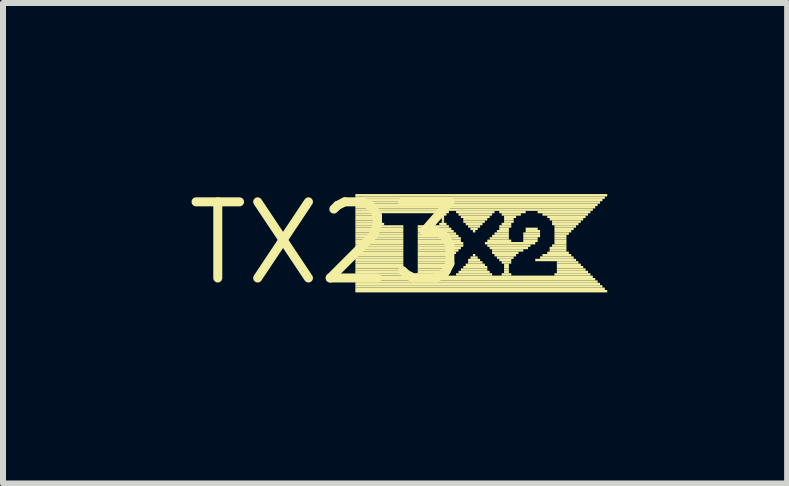
<source format=kicad_pcb>
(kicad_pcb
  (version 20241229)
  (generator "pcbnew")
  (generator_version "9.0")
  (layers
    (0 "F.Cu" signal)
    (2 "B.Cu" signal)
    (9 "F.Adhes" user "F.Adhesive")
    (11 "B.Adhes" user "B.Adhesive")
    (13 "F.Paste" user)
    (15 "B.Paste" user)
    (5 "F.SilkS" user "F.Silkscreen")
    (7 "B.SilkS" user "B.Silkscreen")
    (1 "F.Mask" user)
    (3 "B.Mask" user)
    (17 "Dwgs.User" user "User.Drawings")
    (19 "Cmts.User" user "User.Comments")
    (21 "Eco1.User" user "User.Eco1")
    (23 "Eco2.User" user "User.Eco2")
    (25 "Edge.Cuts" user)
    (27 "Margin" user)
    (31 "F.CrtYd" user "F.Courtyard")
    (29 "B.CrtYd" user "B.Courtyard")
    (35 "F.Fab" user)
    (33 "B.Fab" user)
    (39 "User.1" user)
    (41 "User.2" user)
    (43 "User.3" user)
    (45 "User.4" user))
  (footprint "TX23"
    (layer "F.Cu")
    (at 2.396 1.006)
    (property "Reference" "TX23" (at 0 0 0) (layer "F.SilkS") (effects (font (size 1.27 1.27) (thickness 0.15))))
    (attr through_hole)
    (fp_poly (pts (xy 0.48 -0.78) (xy 4.68 -0.78) (xy 4.68 -0.82) (xy 0.48 -0.82)) (stroke (width 0) (type solid)) (fill yes) (layer "F.SilkS"))
    (fp_poly (pts (xy 0.48 -0.74) (xy 4.64 -0.74) (xy 4.64 -0.78) (xy 0.48 -0.78)) (stroke (width 0) (type solid)) (fill yes) (layer "F.SilkS"))
    (fp_poly (pts (xy 0.48 -0.7) (xy 4.6 -0.7) (xy 4.6 -0.74) (xy 0.48 -0.74)) (stroke (width 0) (type solid)) (fill yes) (layer "F.SilkS"))
    (fp_poly (pts (xy 0.48 -0.66) (xy 4.56 -0.66) (xy 4.56 -0.7) (xy 0.48 -0.7)) (stroke (width 0) (type solid)) (fill yes) (layer "F.SilkS"))
    (fp_poly (pts (xy 0.48 -0.62) (xy 4.52 -0.62) (xy 4.52 -0.66) (xy 0.48 -0.66)) (stroke (width 0) (type solid)) (fill yes) (layer "F.SilkS"))
    (fp_poly (pts (xy 0.48 -0.58) (xy 4.48 -0.58) (xy 4.48 -0.62) (xy 0.48 -0.62)) (stroke (width 0) (type solid)) (fill yes) (layer "F.SilkS"))
    (fp_poly (pts (xy 0.48 -0.54) (xy 4.44 -0.54) (xy 4.44 -0.58) (xy 0.48 -0.58)) (stroke (width 0) (type solid)) (fill yes) (layer "F.SilkS"))
    (fp_poly (pts (xy 0.48 -0.5) (xy 2.04 -0.5) (xy 2.04 -0.54) (xy 0.48 -0.54)) (stroke (width 0) (type solid)) (fill yes) (layer "F.SilkS"))
    (fp_poly (pts (xy 0.48 -0.46) (xy 0.92 -0.46) (xy 0.92 -0.5) (xy 0.48 -0.5)) (stroke (width 0) (type solid)) (fill yes) (layer "F.SilkS"))
    (fp_poly (pts (xy 0.48 -0.42) (xy 0.92 -0.42) (xy 0.92 -0.46) (xy 0.48 -0.46)) (stroke (width 0) (type solid)) (fill yes) (layer "F.SilkS"))
    (fp_poly (pts (xy 0.48 -0.38) (xy 0.92 -0.38) (xy 0.92 -0.42) (xy 0.48 -0.42)) (stroke (width 0) (type solid)) (fill yes) (layer "F.SilkS"))
    (fp_poly (pts (xy 0.48 -0.34) (xy 0.92 -0.34) (xy 0.92 -0.38) (xy 0.48 -0.38)) (stroke (width 0) (type solid)) (fill yes) (layer "F.SilkS"))
    (fp_poly (pts (xy 0.48 -0.3) (xy 0.96 -0.3) (xy 0.96 -0.34) (xy 0.48 -0.34)) (stroke (width 0) (type solid)) (fill yes) (layer "F.SilkS"))
    (fp_poly (pts (xy 0.48 -0.26) (xy 1.28 -0.26) (xy 1.28 -0.3) (xy 0.48 -0.3)) (stroke (width 0) (type solid)) (fill yes) (layer "F.SilkS"))
    (fp_poly (pts (xy 0.48 -0.22) (xy 1.28 -0.22) (xy 1.28 -0.26) (xy 0.48 -0.26)) (stroke (width 0) (type solid)) (fill yes) (layer "F.SilkS"))
    (fp_poly (pts (xy 0.48 -0.18) (xy 1.28 -0.18) (xy 1.28 -0.22) (xy 0.48 -0.22)) (stroke (width 0) (type solid)) (fill yes) (layer "F.SilkS"))
    (fp_poly (pts (xy 0.48 -0.14) (xy 1.28 -0.14) (xy 1.28 -0.18) (xy 0.48 -0.18)) (stroke (width 0) (type solid)) (fill yes) (layer "F.SilkS"))
    (fp_poly (pts (xy 0.48 -0.1) (xy 1.28 -0.1) (xy 1.28 -0.14) (xy 0.48 -0.14)) (stroke (width 0) (type solid)) (fill yes) (layer "F.SilkS"))
    (fp_poly (pts (xy 0.48 -0.06) (xy 1.28 -0.06) (xy 1.28 -0.1) (xy 0.48 -0.1)) (stroke (width 0) (type solid)) (fill yes) (layer "F.SilkS"))
    (fp_poly (pts (xy 0.48 -0.02) (xy 1.28 -0.02) (xy 1.28 -0.06) (xy 0.48 -0.06)) (stroke (width 0) (type solid)) (fill yes) (layer "F.SilkS"))
    (fp_poly (pts (xy 0.48 0.02) (xy 1.28 0.02) (xy 1.28 -0.02) (xy 0.48 -0.02)) (stroke (width 0) (type solid)) (fill yes) (layer "F.SilkS"))
    (fp_poly (pts (xy 0.48 0.06) (xy 1.28 0.06) (xy 1.28 0.02) (xy 0.48 0.02)) (stroke (width 0) (type solid)) (fill yes) (layer "F.SilkS"))
    (fp_poly (pts (xy 0.48 0.1) (xy 1.28 0.1) (xy 1.28 0.06) (xy 0.48 0.06)) (stroke (width 0) (type solid)) (fill yes) (layer "F.SilkS"))
    (fp_poly (pts (xy 0.48 0.14) (xy 1.28 0.14) (xy 1.28 0.1) (xy 0.48 0.1)) (stroke (width 0) (type solid)) (fill yes) (layer "F.SilkS"))
    (fp_poly (pts (xy 0.48 0.18) (xy 1.28 0.18) (xy 1.28 0.14) (xy 0.48 0.14)) (stroke (width 0) (type solid)) (fill yes) (layer "F.SilkS"))
    (fp_poly (pts (xy 0.48 0.22) (xy 1.28 0.22) (xy 1.28 0.18) (xy 0.48 0.18)) (stroke (width 0) (type solid)) (fill yes) (layer "F.SilkS"))
    (fp_poly (pts (xy 0.48 0.26) (xy 1.28 0.26) (xy 1.28 0.22) (xy 0.48 0.22)) (stroke (width 0) (type solid)) (fill yes) (layer "F.SilkS"))
    (fp_poly (pts (xy 0.48 0.3) (xy 1.28 0.3) (xy 1.28 0.26) (xy 0.48 0.26)) (stroke (width 0) (type solid)) (fill yes) (layer "F.SilkS"))
    (fp_poly (pts (xy 0.48 0.34) (xy 1.28 0.34) (xy 1.28 0.3) (xy 0.48 0.3)) (stroke (width 0) (type solid)) (fill yes) (layer "F.SilkS"))
    (fp_poly (pts (xy 0.48 0.38) (xy 1.28 0.38) (xy 1.28 0.34) (xy 0.48 0.34)) (stroke (width 0) (type solid)) (fill yes) (layer "F.SilkS"))
    (fp_poly (pts (xy 0.48 0.42) (xy 1.28 0.42) (xy 1.28 0.38) (xy 0.48 0.38)) (stroke (width 0) (type solid)) (fill yes) (layer "F.SilkS"))
    (fp_poly (pts (xy 0.48 0.46) (xy 1.28 0.46) (xy 1.28 0.42) (xy 0.48 0.42)) (stroke (width 0) (type solid)) (fill yes) (layer "F.SilkS"))
    (fp_poly (pts (xy 0.48 0.5) (xy 1.28 0.5) (xy 1.28 0.46) (xy 0.48 0.46)) (stroke (width 0) (type solid)) (fill yes) (layer "F.SilkS"))
    (fp_poly (pts (xy 0.48 0.54) (xy 1.32 0.54) (xy 1.32 0.5) (xy 0.48 0.5)) (stroke (width 0) (type solid)) (fill yes) (layer "F.SilkS"))
    (fp_poly (pts (xy 0.48 0.58) (xy 4.44 0.58) (xy 4.44 0.54) (xy 0.48 0.54)) (stroke (width 0) (type solid)) (fill yes) (layer "F.SilkS"))
    (fp_poly (pts (xy 0.48 0.62) (xy 4.48 0.62) (xy 4.48 0.58) (xy 0.48 0.58)) (stroke (width 0) (type solid)) (fill yes) (layer "F.SilkS"))
    (fp_poly (pts (xy 0.48 0.66) (xy 4.52 0.66) (xy 4.52 0.62) (xy 0.48 0.62)) (stroke (width 0) (type solid)) (fill yes) (layer "F.SilkS"))
    (fp_poly (pts (xy 0.48 0.7) (xy 4.56 0.7) (xy 4.56 0.66) (xy 0.48 0.66)) (stroke (width 0) (type solid)) (fill yes) (layer "F.SilkS"))
    (fp_poly (pts (xy 0.48 0.74) (xy 4.6 0.74) (xy 4.6 0.7) (xy 0.48 0.7)) (stroke (width 0) (type solid)) (fill yes) (layer "F.SilkS"))
    (fp_poly (pts (xy 0.48 0.78) (xy 4.64 0.78) (xy 4.64 0.74) (xy 0.48 0.74)) (stroke (width 0) (type solid)) (fill yes) (layer "F.SilkS"))
    (fp_poly (pts (xy 0.48 0.82) (xy 4.68 0.82) (xy 4.68 0.78) (xy 0.48 0.78)) (stroke (width 0) (type solid)) (fill yes) (layer "F.SilkS"))
    (fp_poly (pts (xy 1.48 0.54) (xy 2.04 0.54) (xy 2.04 0.5) (xy 1.48 0.5)) (stroke (width 0) (type solid)) (fill yes) (layer "F.SilkS"))
    (fp_poly (pts (xy 1.52 -0.26) (xy 2.04 -0.26) (xy 2.04 -0.3) (xy 1.52 -0.3)) (stroke (width 0) (type solid)) (fill yes) (layer "F.SilkS"))
    (fp_poly (pts (xy 1.52 -0.22) (xy 2.08 -0.22) (xy 2.08 -0.26) (xy 1.52 -0.26)) (stroke (width 0) (type solid)) (fill yes) (layer "F.SilkS"))
    (fp_poly (pts (xy 1.52 -0.18) (xy 2.12 -0.18) (xy 2.12 -0.22) (xy 1.52 -0.22)) (stroke (width 0) (type solid)) (fill yes) (layer "F.SilkS"))
    (fp_poly (pts (xy 1.52 -0.14) (xy 2.16 -0.14) (xy 2.16 -0.18) (xy 1.52 -0.18)) (stroke (width 0) (type solid)) (fill yes) (layer "F.SilkS"))
    (fp_poly (pts (xy 1.52 -0.1) (xy 2.2 -0.1) (xy 2.2 -0.14) (xy 1.52 -0.14)) (stroke (width 0) (type solid)) (fill yes) (layer "F.SilkS"))
    (fp_poly (pts (xy 1.52 -0.06) (xy 2.24 -0.06) (xy 2.24 -0.1) (xy 1.52 -0.1)) (stroke (width 0) (type solid)) (fill yes) (layer "F.SilkS"))
    (fp_poly (pts (xy 1.52 -0.02) (xy 2.24 -0.02) (xy 2.24 -0.06) (xy 1.52 -0.06)) (stroke (width 0) (type solid)) (fill yes) (layer "F.SilkS"))
    (fp_poly (pts (xy 1.52 0.02) (xy 2.28 0.02) (xy 2.28 -0.02) (xy 1.52 -0.02)) (stroke (width 0) (type solid)) (fill yes) (layer "F.SilkS"))
    (fp_poly (pts (xy 1.52 0.06) (xy 2.28 0.06) (xy 2.28 0.02) (xy 1.52 0.02)) (stroke (width 0) (type solid)) (fill yes) (layer "F.SilkS"))
    (fp_poly (pts (xy 1.52 0.1) (xy 2.24 0.1) (xy 2.24 0.06) (xy 1.52 0.06)) (stroke (width 0) (type solid)) (fill yes) (layer "F.SilkS"))
    (fp_poly (pts (xy 1.52 0.14) (xy 2.2 0.14) (xy 2.2 0.1) (xy 1.52 0.1)) (stroke (width 0) (type solid)) (fill yes) (layer "F.SilkS"))
    (fp_poly (pts (xy 1.52 0.18) (xy 2.16 0.18) (xy 2.16 0.14) (xy 1.52 0.14)) (stroke (width 0) (type solid)) (fill yes) (layer "F.SilkS"))
    (fp_poly (pts (xy 1.52 0.22) (xy 2.12 0.22) (xy 2.12 0.18) (xy 1.52 0.18)) (stroke (width 0) (type solid)) (fill yes) (layer "F.SilkS"))
    (fp_poly (pts (xy 1.52 0.26) (xy 2.08 0.26) (xy 2.08 0.22) (xy 1.52 0.22)) (stroke (width 0) (type solid)) (fill yes) (layer "F.SilkS"))
    (fp_poly (pts (xy 1.52 0.3) (xy 2.04 0.3) (xy 2.04 0.26) (xy 1.52 0.26)) (stroke (width 0) (type solid)) (fill yes) (layer "F.SilkS"))
    (fp_poly (pts (xy 1.52 0.34) (xy 2 0.34) (xy 2 0.3) (xy 1.52 0.3)) (stroke (width 0) (type solid)) (fill yes) (layer "F.SilkS"))
    (fp_poly (pts (xy 1.52 0.38) (xy 2 0.38) (xy 2 0.34) (xy 1.52 0.34)) (stroke (width 0) (type solid)) (fill yes) (layer "F.SilkS"))
    (fp_poly (pts (xy 1.52 0.42) (xy 1.96 0.42) (xy 1.96 0.38) (xy 1.52 0.38)) (stroke (width 0) (type solid)) (fill yes) (layer "F.SilkS"))
    (fp_poly (pts (xy 1.52 0.46) (xy 1.96 0.46) (xy 1.96 0.42) (xy 1.52 0.42)) (stroke (width 0) (type solid)) (fill yes) (layer "F.SilkS"))
    (fp_poly (pts (xy 1.52 0.5) (xy 2 0.5) (xy 2 0.46) (xy 1.52 0.46)) (stroke (width 0) (type solid)) (fill yes) (layer "F.SilkS"))
    (fp_poly (pts (xy 1.88 -0.46) (xy 2 -0.46) (xy 2 -0.5) (xy 1.88 -0.5)) (stroke (width 0) (type solid)) (fill yes) (layer "F.SilkS"))
    (fp_poly (pts (xy 1.88 -0.3) (xy 2 -0.3) (xy 2 -0.34) (xy 1.88 -0.34)) (stroke (width 0) (type solid)) (fill yes) (layer "F.SilkS"))
    (fp_poly (pts (xy 1.92 -0.42) (xy 1.96 -0.42) (xy 1.96 -0.46) (xy 1.92 -0.46)) (stroke (width 0) (type solid)) (fill yes) (layer "F.SilkS"))
    (fp_poly (pts (xy 1.92 -0.38) (xy 1.96 -0.38) (xy 1.96 -0.42) (xy 1.92 -0.42)) (stroke (width 0) (type solid)) (fill yes) (layer "F.SilkS"))
    (fp_poly (pts (xy 1.92 -0.34) (xy 1.96 -0.34) (xy 1.96 -0.38) (xy 1.92 -0.38)) (stroke (width 0) (type solid)) (fill yes) (layer "F.SilkS"))
    (fp_poly (pts (xy 2.16 -0.5) (xy 2.8 -0.5) (xy 2.8 -0.54) (xy 2.16 -0.54)) (stroke (width 0) (type solid)) (fill yes) (layer "F.SilkS"))
    (fp_poly (pts (xy 2.16 0.54) (xy 2.76 0.54) (xy 2.76 0.5) (xy 2.16 0.5)) (stroke (width 0) (type solid)) (fill yes) (layer "F.SilkS"))
    (fp_poly (pts (xy 2.2 -0.46) (xy 2.76 -0.46) (xy 2.76 -0.5) (xy 2.2 -0.5)) (stroke (width 0) (type solid)) (fill yes) (layer "F.SilkS"))
    (fp_poly (pts (xy 2.2 0.5) (xy 2.72 0.5) (xy 2.72 0.46) (xy 2.2 0.46)) (stroke (width 0) (type solid)) (fill yes) (layer "F.SilkS"))
    (fp_poly (pts (xy 2.24 -0.42) (xy 2.72 -0.42) (xy 2.72 -0.46) (xy 2.24 -0.46)) (stroke (width 0) (type solid)) (fill yes) (layer "F.SilkS"))
    (fp_poly (pts (xy 2.24 0.46) (xy 2.68 0.46) (xy 2.68 0.42) (xy 2.24 0.42)) (stroke (width 0) (type solid)) (fill yes) (layer "F.SilkS"))
    (fp_poly (pts (xy 2.28 -0.38) (xy 2.68 -0.38) (xy 2.68 -0.42) (xy 2.28 -0.42)) (stroke (width 0) (type solid)) (fill yes) (layer "F.SilkS"))
    (fp_poly (pts (xy 2.28 -0.34) (xy 2.64 -0.34) (xy 2.64 -0.38) (xy 2.28 -0.38)) (stroke (width 0) (type solid)) (fill yes) (layer "F.SilkS"))
    (fp_poly (pts (xy 2.28 0.42) (xy 2.68 0.42) (xy 2.68 0.38) (xy 2.28 0.38)) (stroke (width 0) (type solid)) (fill yes) (layer "F.SilkS"))
    (fp_poly (pts (xy 2.32 -0.3) (xy 2.6 -0.3) (xy 2.6 -0.34) (xy 2.32 -0.34)) (stroke (width 0) (type solid)) (fill yes) (layer "F.SilkS"))
    (fp_poly (pts (xy 2.32 0.38) (xy 2.64 0.38) (xy 2.64 0.34) (xy 2.32 0.34)) (stroke (width 0) (type solid)) (fill yes) (layer "F.SilkS"))
    (fp_poly (pts (xy 2.36 -0.26) (xy 2.56 -0.26) (xy 2.56 -0.3) (xy 2.36 -0.3)) (stroke (width 0) (type solid)) (fill yes) (layer "F.SilkS"))
    (fp_poly (pts (xy 2.36 0.3) (xy 2.56 0.3) (xy 2.56 0.26) (xy 2.36 0.26)) (stroke (width 0) (type solid)) (fill yes) (layer "F.SilkS"))
    (fp_poly (pts (xy 2.36 0.34) (xy 2.6 0.34) (xy 2.6 0.3) (xy 2.36 0.3)) (stroke (width 0) (type solid)) (fill yes) (layer "F.SilkS"))
    (fp_poly (pts (xy 2.4 -0.22) (xy 2.52 -0.22) (xy 2.52 -0.26) (xy 2.4 -0.26)) (stroke (width 0) (type solid)) (fill yes) (layer "F.SilkS"))
    (fp_poly (pts (xy 2.4 0.26) (xy 2.52 0.26) (xy 2.52 0.22) (xy 2.4 0.22)) (stroke (width 0) (type solid)) (fill yes) (layer "F.SilkS"))
    (fp_poly (pts (xy 2.44 -0.18) (xy 2.48 -0.18) (xy 2.48 -0.22) (xy 2.44 -0.22)) (stroke (width 0) (type solid)) (fill yes) (layer "F.SilkS"))
    (fp_poly (pts (xy 2.44 0.22) (xy 2.48 0.22) (xy 2.48 0.18) (xy 2.44 0.18)) (stroke (width 0) (type solid)) (fill yes) (layer "F.SilkS"))
    (fp_poly (pts (xy 2.64 0.02) (xy 3.48 0.02) (xy 3.48 -0.02) (xy 2.64 -0.02)) (stroke (width 0) (type solid)) (fill yes) (layer "F.SilkS"))
    (fp_poly (pts (xy 2.68 -0.02) (xy 3.08 -0.02) (xy 3.08 -0.06) (xy 2.68 -0.06)) (stroke (width 0) (type solid)) (fill yes) (layer "F.SilkS"))
    (fp_poly (pts (xy 2.68 0.06) (xy 3.4 0.06) (xy 3.4 0.02) (xy 2.68 0.02)) (stroke (width 0) (type solid)) (fill yes) (layer "F.SilkS"))
    (fp_poly (pts (xy 2.72 -0.06) (xy 3.04 -0.06) (xy 3.04 -0.1) (xy 2.72 -0.1)) (stroke (width 0) (type solid)) (fill yes) (layer "F.SilkS"))
    (fp_poly (pts (xy 2.72 0.1) (xy 3.36 0.1) (xy 3.36 0.06) (xy 2.72 0.06)) (stroke (width 0) (type solid)) (fill yes) (layer "F.SilkS"))
    (fp_poly (pts (xy 2.76 -0.1) (xy 3.04 -0.1) (xy 3.04 -0.14) (xy 2.76 -0.14)) (stroke (width 0) (type solid)) (fill yes) (layer "F.SilkS"))
    (fp_poly (pts (xy 2.76 0.14) (xy 3.28 0.14) (xy 3.28 0.1) (xy 2.76 0.1)) (stroke (width 0) (type solid)) (fill yes) (layer "F.SilkS"))
    (fp_poly (pts (xy 2.76 0.18) (xy 3.2 0.18) (xy 3.2 0.14) (xy 2.76 0.14)) (stroke (width 0) (type solid)) (fill yes) (layer "F.SilkS"))
    (fp_poly (pts (xy 2.8 -0.14) (xy 3.04 -0.14) (xy 3.04 -0.18) (xy 2.8 -0.18)) (stroke (width 0) (type solid)) (fill yes) (layer "F.SilkS"))
    (fp_poly (pts (xy 2.8 0.22) (xy 3.16 0.22) (xy 3.16 0.18) (xy 2.8 0.18)) (stroke (width 0) (type solid)) (fill yes) (layer "F.SilkS"))
    (fp_poly (pts (xy 2.84 -0.18) (xy 3.04 -0.18) (xy 3.04 -0.22) (xy 2.84 -0.22)) (stroke (width 0) (type solid)) (fill yes) (layer "F.SilkS"))
    (fp_poly (pts (xy 2.84 0.26) (xy 3.12 0.26) (xy 3.12 0.22) (xy 2.84 0.22)) (stroke (width 0) (type solid)) (fill yes) (layer "F.SilkS"))
    (fp_poly (pts (xy 2.88 -0.5) (xy 3.32 -0.5) (xy 3.32 -0.54) (xy 2.88 -0.54)) (stroke (width 0) (type solid)) (fill yes) (layer "F.SilkS"))
    (fp_poly (pts (xy 2.88 -0.26) (xy 3.08 -0.26) (xy 3.08 -0.3) (xy 2.88 -0.3)) (stroke (width 0) (type solid)) (fill yes) (layer "F.SilkS"))
    (fp_poly (pts (xy 2.88 -0.22) (xy 3.04 -0.22) (xy 3.04 -0.26) (xy 2.88 -0.26)) (stroke (width 0) (type solid)) (fill yes) (layer "F.SilkS"))
    (fp_poly (pts (xy 2.88 0.3) (xy 3.08 0.3) (xy 3.08 0.26) (xy 2.88 0.26)) (stroke (width 0) (type solid)) (fill yes) (layer "F.SilkS"))
    (fp_poly (pts (xy 2.92 -0.46) (xy 3.24 -0.46) (xy 3.24 -0.5) (xy 2.92 -0.5)) (stroke (width 0) (type solid)) (fill yes) (layer "F.SilkS"))
    (fp_poly (pts (xy 2.92 -0.3) (xy 3.08 -0.3) (xy 3.08 -0.34) (xy 2.92 -0.34)) (stroke (width 0) (type solid)) (fill yes) (layer "F.SilkS"))
    (fp_poly (pts (xy 2.92 0.34) (xy 3.08 0.34) (xy 3.08 0.3) (xy 2.92 0.3)) (stroke (width 0) (type solid)) (fill yes) (layer "F.SilkS"))
    (fp_poly (pts (xy 2.92 0.54) (xy 3.08 0.54) (xy 3.08 0.5) (xy 2.92 0.5)) (stroke (width 0) (type solid)) (fill yes) (layer "F.SilkS"))
    (fp_poly (pts (xy 2.96 -0.42) (xy 3.16 -0.42) (xy 3.16 -0.46) (xy 2.96 -0.46)) (stroke (width 0) (type solid)) (fill yes) (layer "F.SilkS"))
    (fp_poly (pts (xy 2.96 -0.38) (xy 3.12 -0.38) (xy 3.12 -0.42) (xy 2.96 -0.42)) (stroke (width 0) (type solid)) (fill yes) (layer "F.SilkS"))
    (fp_poly (pts (xy 2.96 -0.34) (xy 3.12 -0.34) (xy 3.12 -0.38) (xy 2.96 -0.38)) (stroke (width 0) (type solid)) (fill yes) (layer "F.SilkS"))
    (fp_poly (pts (xy 2.96 0.38) (xy 3.04 0.38) (xy 3.04 0.34) (xy 2.96 0.34)) (stroke (width 0) (type solid)) (fill yes) (layer "F.SilkS"))
    (fp_poly (pts (xy 2.96 0.42) (xy 3.04 0.42) (xy 3.04 0.38) (xy 2.96 0.38)) (stroke (width 0) (type solid)) (fill yes) (layer "F.SilkS"))
    (fp_poly (pts (xy 2.96 0.46) (xy 3.04 0.46) (xy 3.04 0.42) (xy 2.96 0.42)) (stroke (width 0) (type solid)) (fill yes) (layer "F.SilkS"))
    (fp_poly (pts (xy 2.96 0.5) (xy 3.04 0.5) (xy 3.04 0.46) (xy 2.96 0.46)) (stroke (width 0) (type solid)) (fill yes) (layer "F.SilkS"))
    (fp_poly (pts (xy 3.28 -0.14) (xy 3.56 -0.14) (xy 3.56 -0.18) (xy 3.28 -0.18)) (stroke (width 0) (type solid)) (fill yes) (layer "F.SilkS"))
    (fp_poly (pts (xy 3.28 -0.1) (xy 3.56 -0.1) (xy 3.56 -0.14) (xy 3.28 -0.14)) (stroke (width 0) (type solid)) (fill yes) (layer "F.SilkS"))
    (fp_poly (pts (xy 3.28 -0.06) (xy 3.52 -0.06) (xy 3.52 -0.1) (xy 3.28 -0.1)) (stroke (width 0) (type solid)) (fill yes) (layer "F.SilkS"))
    (fp_poly (pts (xy 3.28 -0.02) (xy 3.52 -0.02) (xy 3.52 -0.06) (xy 3.28 -0.06)) (stroke (width 0) (type solid)) (fill yes) (layer "F.SilkS"))
    (fp_poly (pts (xy 3.32 -0.22) (xy 3.52 -0.22) (xy 3.52 -0.26) (xy 3.32 -0.26)) (stroke (width 0) (type solid)) (fill yes) (layer "F.SilkS"))
    (fp_poly (pts (xy 3.32 -0.18) (xy 3.56 -0.18) (xy 3.56 -0.22) (xy 3.32 -0.22)) (stroke (width 0) (type solid)) (fill yes) (layer "F.SilkS"))
    (fp_poly (pts (xy 3.48 0.3) (xy 4.16 0.3) (xy 4.16 0.26) (xy 3.48 0.26)) (stroke (width 0) (type solid)) (fill yes) (layer "F.SilkS"))
    (fp_poly (pts (xy 3.52 -0.5) (xy 4.4 -0.5) (xy 4.4 -0.54) (xy 3.52 -0.54)) (stroke (width 0) (type solid)) (fill yes) (layer "F.SilkS"))
    (fp_poly (pts (xy 3.56 0.26) (xy 4.12 0.26) (xy 4.12 0.22) (xy 3.56 0.22)) (stroke (width 0) (type solid)) (fill yes) (layer "F.SilkS"))
    (fp_poly (pts (xy 3.6 -0.46) (xy 4.36 -0.46) (xy 4.36 -0.5) (xy 3.6 -0.5)) (stroke (width 0) (type solid)) (fill yes) (layer "F.SilkS"))
    (fp_poly (pts (xy 3.6 0.22) (xy 4.08 0.22) (xy 4.08 0.18) (xy 3.6 0.18)) (stroke (width 0) (type solid)) (fill yes) (layer "F.SilkS"))
    (fp_poly (pts (xy 3.68 -0.42) (xy 4.32 -0.42) (xy 4.32 -0.46) (xy 3.68 -0.46)) (stroke (width 0) (type solid)) (fill yes) (layer "F.SilkS"))
    (fp_poly (pts (xy 3.68 0.18) (xy 4.04 0.18) (xy 4.04 0.14) (xy 3.68 0.14)) (stroke (width 0) (type solid)) (fill yes) (layer "F.SilkS"))
    (fp_poly (pts (xy 3.72 -0.38) (xy 4.28 -0.38) (xy 4.28 -0.42) (xy 3.72 -0.42)) (stroke (width 0) (type solid)) (fill yes) (layer "F.SilkS"))
    (fp_poly (pts (xy 3.72 0.1) (xy 4 0.1) (xy 4 0.06) (xy 3.72 0.06)) (stroke (width 0) (type solid)) (fill yes) (layer "F.SilkS"))
    (fp_poly (pts (xy 3.72 0.14) (xy 4 0.14) (xy 4 0.1) (xy 3.72 0.1)) (stroke (width 0) (type solid)) (fill yes) (layer "F.SilkS"))
    (fp_poly (pts (xy 3.76 -0.34) (xy 4.24 -0.34) (xy 4.24 -0.38) (xy 3.76 -0.38)) (stroke (width 0) (type solid)) (fill yes) (layer "F.SilkS"))
    (fp_poly (pts (xy 3.76 -0.3) (xy 4.2 -0.3) (xy 4.2 -0.34) (xy 3.76 -0.34)) (stroke (width 0) (type solid)) (fill yes) (layer "F.SilkS"))
    (fp_poly (pts (xy 3.76 0.06) (xy 4 0.06) (xy 4 0.02) (xy 3.76 0.02)) (stroke (width 0) (type solid)) (fill yes) (layer "F.SilkS"))
    (fp_poly (pts (xy 3.8 -0.26) (xy 4.16 -0.26) (xy 4.16 -0.3) (xy 3.8 -0.3)) (stroke (width 0) (type solid)) (fill yes) (layer "F.SilkS"))
    (fp_poly (pts (xy 3.8 -0.22) (xy 4.12 -0.22) (xy 4.12 -0.26) (xy 3.8 -0.26)) (stroke (width 0) (type solid)) (fill yes) (layer "F.SilkS"))
    (fp_poly (pts (xy 3.8 -0.18) (xy 4.08 -0.18) (xy 4.08 -0.22) (xy 3.8 -0.22)) (stroke (width 0) (type solid)) (fill yes) (layer "F.SilkS"))
    (fp_poly (pts (xy 3.8 -0.14) (xy 4.04 -0.14) (xy 4.04 -0.18) (xy 3.8 -0.18)) (stroke (width 0) (type solid)) (fill yes) (layer "F.SilkS"))
    (fp_poly (pts (xy 3.8 -0.1) (xy 4 -0.1) (xy 4 -0.14) (xy 3.8 -0.14)) (stroke (width 0) (type solid)) (fill yes) (layer "F.SilkS"))
    (fp_poly (pts (xy 3.8 -0.06) (xy 4 -0.06) (xy 4 -0.1) (xy 3.8 -0.1)) (stroke (width 0) (type solid)) (fill yes) (layer "F.SilkS"))
    (fp_poly (pts (xy 3.8 -0.02) (xy 4 -0.02) (xy 4 -0.06) (xy 3.8 -0.06)) (stroke (width 0) (type solid)) (fill yes) (layer "F.SilkS"))
    (fp_poly (pts (xy 3.8 0.02) (xy 4 0.02) (xy 4 -0.02) (xy 3.8 -0.02)) (stroke (width 0) (type solid)) (fill yes) (layer "F.SilkS"))
    (fp_poly (pts (xy 3.8 0.54) (xy 4.4 0.54) (xy 4.4 0.5) (xy 3.8 0.5)) (stroke (width 0) (type solid)) (fill yes) (layer "F.SilkS"))
    (fp_poly (pts (xy 3.84 0.34) (xy 4.2 0.34) (xy 4.2 0.3) (xy 3.84 0.3)) (stroke (width 0) (type solid)) (fill yes) (layer "F.SilkS"))
    (fp_poly (pts (xy 3.84 0.38) (xy 4.24 0.38) (xy 4.24 0.34) (xy 3.84 0.34)) (stroke (width 0) (type solid)) (fill yes) (layer "F.SilkS"))
    (fp_poly (pts (xy 3.84 0.42) (xy 4.28 0.42) (xy 4.28 0.38) (xy 3.84 0.38)) (stroke (width 0) (type solid)) (fill yes) (layer "F.SilkS"))
    (fp_poly (pts (xy 3.84 0.46) (xy 4.32 0.46) (xy 4.32 0.42) (xy 3.84 0.42)) (stroke (width 0) (type solid)) (fill yes) (layer "F.SilkS"))
    (fp_poly (pts (xy 3.84 0.5) (xy 4.36 0.5) (xy 4.36 0.46) (xy 3.84 0.46)) (stroke (width 0) (type solid)) (fill yes) (layer "F.SilkS")))
  (gr_rect
    (start -3 -3)
    (end 10.076 5.012)
    (stroke (width 0.1) (type default))
    (fill no)
    (layer "Edge.Cuts")))
</source>
